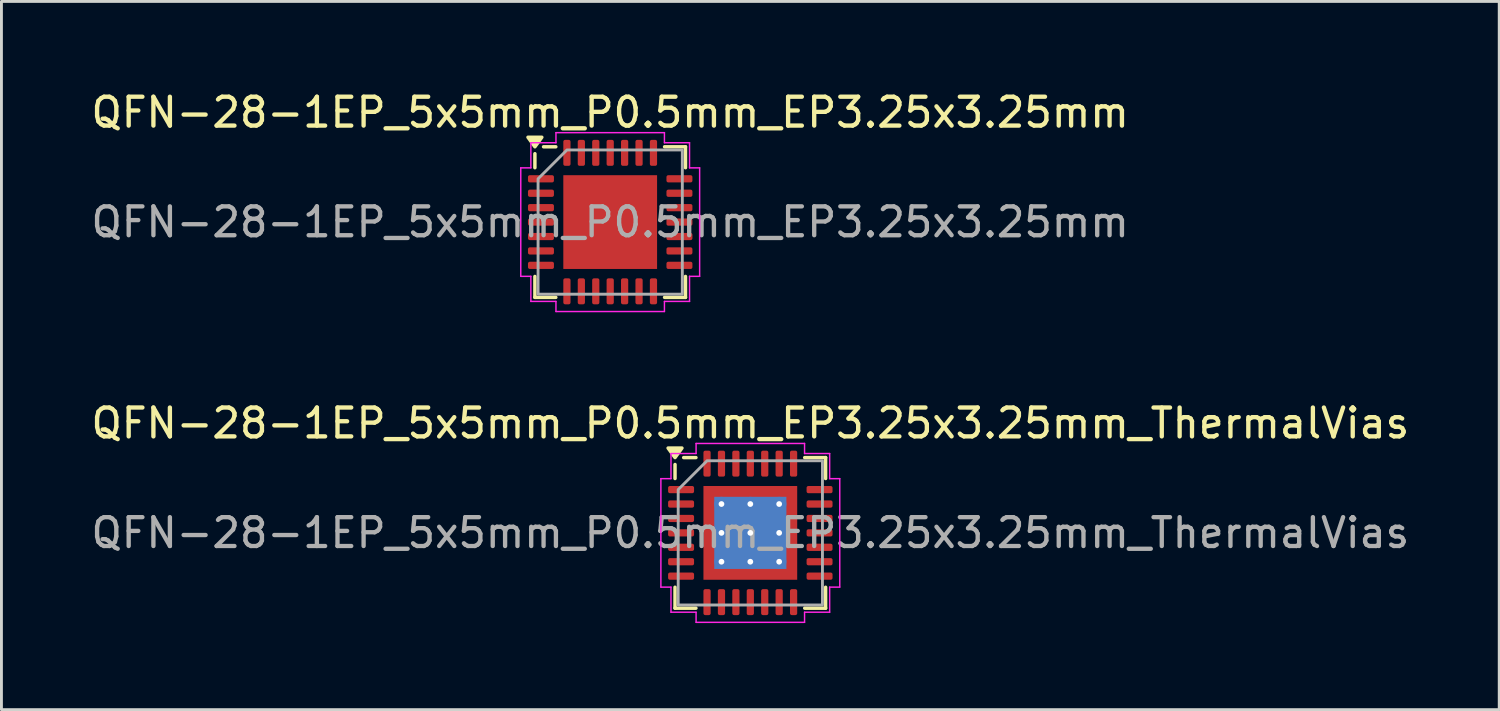
<source format=kicad_pcb>
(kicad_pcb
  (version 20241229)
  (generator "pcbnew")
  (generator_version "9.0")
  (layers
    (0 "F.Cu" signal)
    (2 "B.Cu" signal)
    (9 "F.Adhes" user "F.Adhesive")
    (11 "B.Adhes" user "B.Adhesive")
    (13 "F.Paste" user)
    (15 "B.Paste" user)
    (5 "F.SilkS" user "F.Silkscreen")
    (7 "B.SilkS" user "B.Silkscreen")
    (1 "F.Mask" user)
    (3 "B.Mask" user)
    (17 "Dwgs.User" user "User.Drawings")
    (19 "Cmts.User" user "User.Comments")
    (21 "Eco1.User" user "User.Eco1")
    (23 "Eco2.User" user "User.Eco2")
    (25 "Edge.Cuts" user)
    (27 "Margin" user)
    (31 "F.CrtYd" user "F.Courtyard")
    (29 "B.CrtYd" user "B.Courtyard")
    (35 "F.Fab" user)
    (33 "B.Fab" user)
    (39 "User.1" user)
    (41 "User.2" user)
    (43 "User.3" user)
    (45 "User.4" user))
  (footprint "QFN-28-1EP_5x5mm_P0.5mm_EP3.25x3.25mm"
    (layer "F.Cu")
    (at 18.101 4.648)
    (property "Reference" "QFN-28-1EP_5x5mm_P0.5mm_EP3.25x3.25mm" (at 0 -3.8 0) (layer "F.SilkS") (effects (font (size 1 1) (thickness 0.15))))
    (attr smd)
    (fp_line (start -2.61 -1.885) (end -2.61 -2.37) (stroke (width 0.12) (type solid)) (layer "F.SilkS"))
    (fp_line (start -2.61 2.61) (end -2.61 1.885) (stroke (width 0.12) (type solid)) (layer "F.SilkS"))
    (fp_line (start -1.885 -2.61) (end -2.31 -2.61) (stroke (width 0.12) (type solid)) (layer "F.SilkS"))
    (fp_line (start -1.885 2.61) (end -2.61 2.61) (stroke (width 0.12) (type solid)) (layer "F.SilkS"))
    (fp_line (start 1.885 -2.61) (end 2.61 -2.61) (stroke (width 0.12) (type solid)) (layer "F.SilkS"))
    (fp_line (start 1.885 2.61) (end 2.61 2.61) (stroke (width 0.12) (type solid)) (layer "F.SilkS"))
    (fp_line (start 2.61 -2.61) (end 2.61 -1.885) (stroke (width 0.12) (type solid)) (layer "F.SilkS"))
    (fp_line (start 2.61 2.61) (end 2.61 1.885) (stroke (width 0.12) (type solid)) (layer "F.SilkS"))
    (fp_poly (pts (xy -2.61 -2.61) (xy -2.85 -2.94) (xy -2.37 -2.94)) (stroke (width 0.12) (type solid)) (fill yes) (layer "F.SilkS"))
    (fp_line (start -3.1 -1.88) (end -2.75 -1.88) (stroke (width 0.05) (type solid)) (layer "F.CrtYd"))
    (fp_line (start -3.1 1.88) (end -3.1 -1.88) (stroke (width 0.05) (type solid)) (layer "F.CrtYd"))
    (fp_line (start -2.75 -2.75) (end -1.88 -2.75) (stroke (width 0.05) (type solid)) (layer "F.CrtYd"))
    (fp_line (start -2.75 -1.88) (end -2.75 -2.75) (stroke (width 0.05) (type solid)) (layer "F.CrtYd"))
    (fp_line (start -2.75 1.88) (end -3.1 1.88) (stroke (width 0.05) (type solid)) (layer "F.CrtYd"))
    (fp_line (start -2.75 2.75) (end -2.75 1.88) (stroke (width 0.05) (type solid)) (layer "F.CrtYd"))
    (fp_line (start -1.88 -3.1) (end 1.88 -3.1) (stroke (width 0.05) (type solid)) (layer "F.CrtYd"))
    (fp_line (start -1.88 -2.75) (end -1.88 -3.1) (stroke (width 0.05) (type solid)) (layer "F.CrtYd"))
    (fp_line (start -1.88 2.75) (end -2.75 2.75) (stroke (width 0.05) (type solid)) (layer "F.CrtYd"))
    (fp_line (start -1.88 3.1) (end -1.88 2.75) (stroke (width 0.05) (type solid)) (layer "F.CrtYd"))
    (fp_line (start 1.88 -3.1) (end 1.88 -2.75) (stroke (width 0.05) (type solid)) (layer "F.CrtYd"))
    (fp_line (start 1.88 -2.75) (end 2.75 -2.75) (stroke (width 0.05) (type solid)) (layer "F.CrtYd"))
    (fp_line (start 1.88 2.75) (end 1.88 3.1) (stroke (width 0.05) (type solid)) (layer "F.CrtYd"))
    (fp_line (start 1.88 3.1) (end -1.88 3.1) (stroke (width 0.05) (type solid)) (layer "F.CrtYd"))
    (fp_line (start 2.75 -2.75) (end 2.75 -1.88) (stroke (width 0.05) (type solid)) (layer "F.CrtYd"))
    (fp_line (start 2.75 -1.88) (end 3.1 -1.88) (stroke (width 0.05) (type solid)) (layer "F.CrtYd"))
    (fp_line (start 2.75 1.88) (end 2.75 2.75) (stroke (width 0.05) (type solid)) (layer "F.CrtYd"))
    (fp_line (start 2.75 2.75) (end 1.88 2.75) (stroke (width 0.05) (type solid)) (layer "F.CrtYd"))
    (fp_line (start 3.1 -1.88) (end 3.1 1.88) (stroke (width 0.05) (type solid)) (layer "F.CrtYd"))
    (fp_line (start 3.1 1.88) (end 2.75 1.88) (stroke (width 0.05) (type solid)) (layer "F.CrtYd"))
    (fp_poly (pts (xy -2.5 -1.5) (xy -2.5 2.5) (xy 2.5 2.5) (xy 2.5 -2.5) (xy -1.5 -2.5)) (stroke (width 0.1) (type solid)) (fill no) (layer "F.Fab"))
    (fp_text user "${REFERENCE}" (at 0 0 0) (layer "F.Fab") (effects (font (size 1 1) (thickness 0.15))))
    (pad "" smd roundrect (at -1.08 -1.08) (size 0.89 0.89) (layers "F.Paste") (roundrect_rratio 0.25))
    (pad "" smd roundrect (at -1.08 0) (size 0.89 0.89) (layers "F.Paste") (roundrect_rratio 0.25))
    (pad "" smd roundrect (at -1.08 1.08) (size 0.89 0.89) (layers "F.Paste") (roundrect_rratio 0.25))
    (pad "" smd roundrect (at 0 -1.08) (size 0.89 0.89) (layers "F.Paste") (roundrect_rratio 0.25))
    (pad "" smd roundrect (at 0 0) (size 0.89 0.89) (layers "F.Paste") (roundrect_rratio 0.25))
    (pad "" smd roundrect (at 0 1.08) (size 0.89 0.89) (layers "F.Paste") (roundrect_rratio 0.25))
    (pad "" smd roundrect (at 1.08 -1.08) (size 0.89 0.89) (layers "F.Paste") (roundrect_rratio 0.25))
    (pad "" smd roundrect (at 1.08 0) (size 0.89 0.89) (layers "F.Paste") (roundrect_rratio 0.25))
    (pad "" smd roundrect (at 1.08 1.08) (size 0.89 0.89) (layers "F.Paste") (roundrect_rratio 0.25))
    (pad "1" smd roundrect (at -2.4 -1.5) (size 0.9 0.25) (layers "F.Cu" "F.Mask" "F.Paste") (roundrect_rratio 0.25))
    (pad "2" smd roundrect (at -2.4 -1) (size 0.9 0.25) (layers "F.Cu" "F.Mask" "F.Paste") (roundrect_rratio 0.25))
    (pad "3" smd roundrect (at -2.4 -0.5) (size 0.9 0.25) (layers "F.Cu" "F.Mask" "F.Paste") (roundrect_rratio 0.25))
    (pad "4" smd roundrect (at -2.4 0) (size 0.9 0.25) (layers "F.Cu" "F.Mask" "F.Paste") (roundrect_rratio 0.25))
    (pad "5" smd roundrect (at -2.4 0.5) (size 0.9 0.25) (layers "F.Cu" "F.Mask" "F.Paste") (roundrect_rratio 0.25))
    (pad "6" smd roundrect (at -2.4 1) (size 0.9 0.25) (layers "F.Cu" "F.Mask" "F.Paste") (roundrect_rratio 0.25))
    (pad "7" smd roundrect (at -2.4 1.5) (size 0.9 0.25) (layers "F.Cu" "F.Mask" "F.Paste") (roundrect_rratio 0.25))
    (pad "8" smd roundrect (at -1.5 2.4) (size 0.25 0.9) (layers "F.Cu" "F.Mask" "F.Paste") (roundrect_rratio 0.25))
    (pad "9" smd roundrect (at -1 2.4) (size 0.25 0.9) (layers "F.Cu" "F.Mask" "F.Paste") (roundrect_rratio 0.25))
    (pad "10" smd roundrect (at -0.5 2.4) (size 0.25 0.9) (layers "F.Cu" "F.Mask" "F.Paste") (roundrect_rratio 0.25))
    (pad "11" smd roundrect (at 0 2.4) (size 0.25 0.9) (layers "F.Cu" "F.Mask" "F.Paste") (roundrect_rratio 0.25))
    (pad "12" smd roundrect (at 0.5 2.4) (size 0.25 0.9) (layers "F.Cu" "F.Mask" "F.Paste") (roundrect_rratio 0.25))
    (pad "13" smd roundrect (at 1 2.4) (size 0.25 0.9) (layers "F.Cu" "F.Mask" "F.Paste") (roundrect_rratio 0.25))
    (pad "14" smd roundrect (at 1.5 2.4) (size 0.25 0.9) (layers "F.Cu" "F.Mask" "F.Paste") (roundrect_rratio 0.25))
    (pad "15" smd roundrect (at 2.4 1.5) (size 0.9 0.25) (layers "F.Cu" "F.Mask" "F.Paste") (roundrect_rratio 0.25))
    (pad "16" smd roundrect (at 2.4 1) (size 0.9 0.25) (layers "F.Cu" "F.Mask" "F.Paste") (roundrect_rratio 0.25))
    (pad "17" smd roundrect (at 2.4 0.5) (size 0.9 0.25) (layers "F.Cu" "F.Mask" "F.Paste") (roundrect_rratio 0.25))
    (pad "18" smd roundrect (at 2.4 0) (size 0.9 0.25) (layers "F.Cu" "F.Mask" "F.Paste") (roundrect_rratio 0.25))
    (pad "19" smd roundrect (at 2.4 -0.5) (size 0.9 0.25) (layers "F.Cu" "F.Mask" "F.Paste") (roundrect_rratio 0.25))
    (pad "20" smd roundrect (at 2.4 -1) (size 0.9 0.25) (layers "F.Cu" "F.Mask" "F.Paste") (roundrect_rratio 0.25))
    (pad "21" smd roundrect (at 2.4 -1.5) (size 0.9 0.25) (layers "F.Cu" "F.Mask" "F.Paste") (roundrect_rratio 0.25))
    (pad "22" smd roundrect (at 1.5 -2.4) (size 0.25 0.9) (layers "F.Cu" "F.Mask" "F.Paste") (roundrect_rratio 0.25))
    (pad "23" smd roundrect (at 1 -2.4) (size 0.25 0.9) (layers "F.Cu" "F.Mask" "F.Paste") (roundrect_rratio 0.25))
    (pad "24" smd roundrect (at 0.5 -2.4) (size 0.25 0.9) (layers "F.Cu" "F.Mask" "F.Paste") (roundrect_rratio 0.25))
    (pad "25" smd roundrect (at 0 -2.4) (size 0.25 0.9) (layers "F.Cu" "F.Mask" "F.Paste") (roundrect_rratio 0.25))
    (pad "26" smd roundrect (at -0.5 -2.4) (size 0.25 0.9) (layers "F.Cu" "F.Mask" "F.Paste") (roundrect_rratio 0.25))
    (pad "27" smd roundrect (at -1 -2.4) (size 0.25 0.9) (layers "F.Cu" "F.Mask" "F.Paste") (roundrect_rratio 0.25))
    (pad "28" smd roundrect (at -1.5 -2.4) (size 0.25 0.9) (layers "F.Cu" "F.Mask" "F.Paste") (roundrect_rratio 0.25))
    (pad "29" smd rect (at 0 0) (size 3.25 3.25) (property pad_prop_heatsink) (layers "F.Cu" "F.Mask")))
  (footprint "QFN-28-1EP_5x5mm_P0.5mm_EP3.25x3.25mm_ThermalVias"
    (layer "F.Cu")
    (at 22.958 15.421)
    (property "Reference" "QFN-28-1EP_5x5mm_P0.5mm_EP3.25x3.25mm_ThermalVias" (at 0 -3.8 0) (layer "F.SilkS") (effects (font (size 1 1) (thickness 0.15))))
    (attr smd)
    (fp_line (start -2.61 -1.885) (end -2.61 -2.37) (stroke (width 0.12) (type solid)) (layer "F.SilkS"))
    (fp_line (start -2.61 2.61) (end -2.61 1.885) (stroke (width 0.12) (type solid)) (layer "F.SilkS"))
    (fp_line (start -1.885 -2.61) (end -2.31 -2.61) (stroke (width 0.12) (type solid)) (layer "F.SilkS"))
    (fp_line (start -1.885 2.61) (end -2.61 2.61) (stroke (width 0.12) (type solid)) (layer "F.SilkS"))
    (fp_line (start 1.885 -2.61) (end 2.61 -2.61) (stroke (width 0.12) (type solid)) (layer "F.SilkS"))
    (fp_line (start 1.885 2.61) (end 2.61 2.61) (stroke (width 0.12) (type solid)) (layer "F.SilkS"))
    (fp_line (start 2.61 -2.61) (end 2.61 -1.885) (stroke (width 0.12) (type solid)) (layer "F.SilkS"))
    (fp_line (start 2.61 2.61) (end 2.61 1.885) (stroke (width 0.12) (type solid)) (layer "F.SilkS"))
    (fp_poly (pts (xy -2.61 -2.61) (xy -2.85 -2.94) (xy -2.37 -2.94)) (stroke (width 0.12) (type solid)) (fill yes) (layer "F.SilkS"))
    (fp_line (start -3.1 -1.88) (end -2.75 -1.88) (stroke (width 0.05) (type solid)) (layer "F.CrtYd"))
    (fp_line (start -3.1 1.88) (end -3.1 -1.88) (stroke (width 0.05) (type solid)) (layer "F.CrtYd"))
    (fp_line (start -2.75 -2.75) (end -1.88 -2.75) (stroke (width 0.05) (type solid)) (layer "F.CrtYd"))
    (fp_line (start -2.75 -1.88) (end -2.75 -2.75) (stroke (width 0.05) (type solid)) (layer "F.CrtYd"))
    (fp_line (start -2.75 1.88) (end -3.1 1.88) (stroke (width 0.05) (type solid)) (layer "F.CrtYd"))
    (fp_line (start -2.75 2.75) (end -2.75 1.88) (stroke (width 0.05) (type solid)) (layer "F.CrtYd"))
    (fp_line (start -1.88 -3.1) (end 1.88 -3.1) (stroke (width 0.05) (type solid)) (layer "F.CrtYd"))
    (fp_line (start -1.88 -2.75) (end -1.88 -3.1) (stroke (width 0.05) (type solid)) (layer "F.CrtYd"))
    (fp_line (start -1.88 2.75) (end -2.75 2.75) (stroke (width 0.05) (type solid)) (layer "F.CrtYd"))
    (fp_line (start -1.88 3.1) (end -1.88 2.75) (stroke (width 0.05) (type solid)) (layer "F.CrtYd"))
    (fp_line (start 1.88 -3.1) (end 1.88 -2.75) (stroke (width 0.05) (type solid)) (layer "F.CrtYd"))
    (fp_line (start 1.88 -2.75) (end 2.75 -2.75) (stroke (width 0.05) (type solid)) (layer "F.CrtYd"))
    (fp_line (start 1.88 2.75) (end 1.88 3.1) (stroke (width 0.05) (type solid)) (layer "F.CrtYd"))
    (fp_line (start 1.88 3.1) (end -1.88 3.1) (stroke (width 0.05) (type solid)) (layer "F.CrtYd"))
    (fp_line (start 2.75 -2.75) (end 2.75 -1.88) (stroke (width 0.05) (type solid)) (layer "F.CrtYd"))
    (fp_line (start 2.75 -1.88) (end 3.1 -1.88) (stroke (width 0.05) (type solid)) (layer "F.CrtYd"))
    (fp_line (start 2.75 1.88) (end 2.75 2.75) (stroke (width 0.05) (type solid)) (layer "F.CrtYd"))
    (fp_line (start 2.75 2.75) (end 1.88 2.75) (stroke (width 0.05) (type solid)) (layer "F.CrtYd"))
    (fp_line (start 3.1 -1.88) (end 3.1 1.88) (stroke (width 0.05) (type solid)) (layer "F.CrtYd"))
    (fp_line (start 3.1 1.88) (end 2.75 1.88) (stroke (width 0.05) (type solid)) (layer "F.CrtYd"))
    (fp_poly (pts (xy -2.5 -1.5) (xy -2.5 2.5) (xy 2.5 2.5) (xy 2.5 -2.5) (xy -1.5 -2.5)) (stroke (width 0.1) (type solid)) (fill no) (layer "F.Fab"))
    (fp_text user "${REFERENCE}" (at 0 0 0) (layer "F.Fab") (effects (font (size 1 1) (thickness 0.15))))
    (pad "" smd roundrect (at -0.81 -0.81) (size 1.33 1.33) (layers "F.Paste") (roundrect_rratio 0.188))
    (pad "" smd roundrect (at -0.81 0.81) (size 1.33 1.33) (layers "F.Paste") (roundrect_rratio 0.188))
    (pad "" smd roundrect (at 0.81 -0.81) (size 1.33 1.33) (layers "F.Paste") (roundrect_rratio 0.188))
    (pad "" smd roundrect (at 0.81 0.81) (size 1.33 1.33) (layers "F.Paste") (roundrect_rratio 0.188))
    (pad "1" smd roundrect (at -2.4 -1.5) (size 0.9 0.25) (layers "F.Cu" "F.Mask" "F.Paste") (roundrect_rratio 0.25))
    (pad "2" smd roundrect (at -2.4 -1) (size 0.9 0.25) (layers "F.Cu" "F.Mask" "F.Paste") (roundrect_rratio 0.25))
    (pad "3" smd roundrect (at -2.4 -0.5) (size 0.9 0.25) (layers "F.Cu" "F.Mask" "F.Paste") (roundrect_rratio 0.25))
    (pad "4" smd roundrect (at -2.4 0) (size 0.9 0.25) (layers "F.Cu" "F.Mask" "F.Paste") (roundrect_rratio 0.25))
    (pad "5" smd roundrect (at -2.4 0.5) (size 0.9 0.25) (layers "F.Cu" "F.Mask" "F.Paste") (roundrect_rratio 0.25))
    (pad "6" smd roundrect (at -2.4 1) (size 0.9 0.25) (layers "F.Cu" "F.Mask" "F.Paste") (roundrect_rratio 0.25))
    (pad "7" smd roundrect (at -2.4 1.5) (size 0.9 0.25) (layers "F.Cu" "F.Mask" "F.Paste") (roundrect_rratio 0.25))
    (pad "8" smd roundrect (at -1.5 2.4) (size 0.25 0.9) (layers "F.Cu" "F.Mask" "F.Paste") (roundrect_rratio 0.25))
    (pad "9" smd roundrect (at -1 2.4) (size 0.25 0.9) (layers "F.Cu" "F.Mask" "F.Paste") (roundrect_rratio 0.25))
    (pad "10" smd roundrect (at -0.5 2.4) (size 0.25 0.9) (layers "F.Cu" "F.Mask" "F.Paste") (roundrect_rratio 0.25))
    (pad "11" smd roundrect (at 0 2.4) (size 0.25 0.9) (layers "F.Cu" "F.Mask" "F.Paste") (roundrect_rratio 0.25))
    (pad "12" smd roundrect (at 0.5 2.4) (size 0.25 0.9) (layers "F.Cu" "F.Mask" "F.Paste") (roundrect_rratio 0.25))
    (pad "13" smd roundrect (at 1 2.4) (size 0.25 0.9) (layers "F.Cu" "F.Mask" "F.Paste") (roundrect_rratio 0.25))
    (pad "14" smd roundrect (at 1.5 2.4) (size 0.25 0.9) (layers "F.Cu" "F.Mask" "F.Paste") (roundrect_rratio 0.25))
    (pad "15" smd roundrect (at 2.4 1.5) (size 0.9 0.25) (layers "F.Cu" "F.Mask" "F.Paste") (roundrect_rratio 0.25))
    (pad "16" smd roundrect (at 2.4 1) (size 0.9 0.25) (layers "F.Cu" "F.Mask" "F.Paste") (roundrect_rratio 0.25))
    (pad "17" smd roundrect (at 2.4 0.5) (size 0.9 0.25) (layers "F.Cu" "F.Mask" "F.Paste") (roundrect_rratio 0.25))
    (pad "18" smd roundrect (at 2.4 0) (size 0.9 0.25) (layers "F.Cu" "F.Mask" "F.Paste") (roundrect_rratio 0.25))
    (pad "19" smd roundrect (at 2.4 -0.5) (size 0.9 0.25) (layers "F.Cu" "F.Mask" "F.Paste") (roundrect_rratio 0.25))
    (pad "20" smd roundrect (at 2.4 -1) (size 0.9 0.25) (layers "F.Cu" "F.Mask" "F.Paste") (roundrect_rratio 0.25))
    (pad "21" smd roundrect (at 2.4 -1.5) (size 0.9 0.25) (layers "F.Cu" "F.Mask" "F.Paste") (roundrect_rratio 0.25))
    (pad "22" smd roundrect (at 1.5 -2.4) (size 0.25 0.9) (layers "F.Cu" "F.Mask" "F.Paste") (roundrect_rratio 0.25))
    (pad "23" smd roundrect (at 1 -2.4) (size 0.25 0.9) (layers "F.Cu" "F.Mask" "F.Paste") (roundrect_rratio 0.25))
    (pad "24" smd roundrect (at 0.5 -2.4) (size 0.25 0.9) (layers "F.Cu" "F.Mask" "F.Paste") (roundrect_rratio 0.25))
    (pad "25" smd roundrect (at 0 -2.4) (size 0.25 0.9) (layers "F.Cu" "F.Mask" "F.Paste") (roundrect_rratio 0.25))
    (pad "26" smd roundrect (at -0.5 -2.4) (size 0.25 0.9) (layers "F.Cu" "F.Mask" "F.Paste") (roundrect_rratio 0.25))
    (pad "27" smd roundrect (at -1 -2.4) (size 0.25 0.9) (layers "F.Cu" "F.Mask" "F.Paste") (roundrect_rratio 0.25))
    (pad "28" smd roundrect (at -1.5 -2.4) (size 0.25 0.9) (layers "F.Cu" "F.Mask" "F.Paste") (roundrect_rratio 0.25))
    (pad "29" thru_hole circle (at -1 -1) (size 0.5 0.5) (drill 0.2) (property pad_prop_heatsink) (layers "*.Cu"))
    (pad "29" thru_hole circle (at -1 0) (size 0.5 0.5) (drill 0.2) (property pad_prop_heatsink) (layers "*.Cu"))
    (pad "29" thru_hole circle (at -1 1) (size 0.5 0.5) (drill 0.2) (property pad_prop_heatsink) (layers "*.Cu"))
    (pad "29" thru_hole circle (at 0 -1) (size 0.5 0.5) (drill 0.2) (property pad_prop_heatsink) (layers "*.Cu"))
    (pad "29" thru_hole circle (at 0 0) (size 0.5 0.5) (drill 0.2) (property pad_prop_heatsink) (layers "*.Cu"))
    (pad "29" smd rect (at 0 0) (size 2.5 2.5) (property pad_prop_heatsink) (layers "B.Cu"))
    (pad "29" smd rect (at 0 0) (size 3.25 3.25) (property pad_prop_heatsink) (layers "F.Cu" "F.Mask"))
    (pad "29" thru_hole circle (at 0 1) (size 0.5 0.5) (drill 0.2) (property pad_prop_heatsink) (layers "*.Cu"))
    (pad "29" thru_hole circle (at 1 -1) (size 0.5 0.5) (drill 0.2) (property pad_prop_heatsink) (layers "*.Cu"))
    (pad "29" thru_hole circle (at 1 0) (size 0.5 0.5) (drill 0.2) (property pad_prop_heatsink) (layers "*.Cu"))
    (pad "29" thru_hole circle (at 1 1) (size 0.5 0.5) (drill 0.2) (property pad_prop_heatsink) (layers "*.Cu")))
  (gr_rect
    (start -3 -3)
    (end 48.917 21.547)
    (stroke (width 0.1) (type default))
    (fill no)
    (layer "Edge.Cuts")))
</source>
